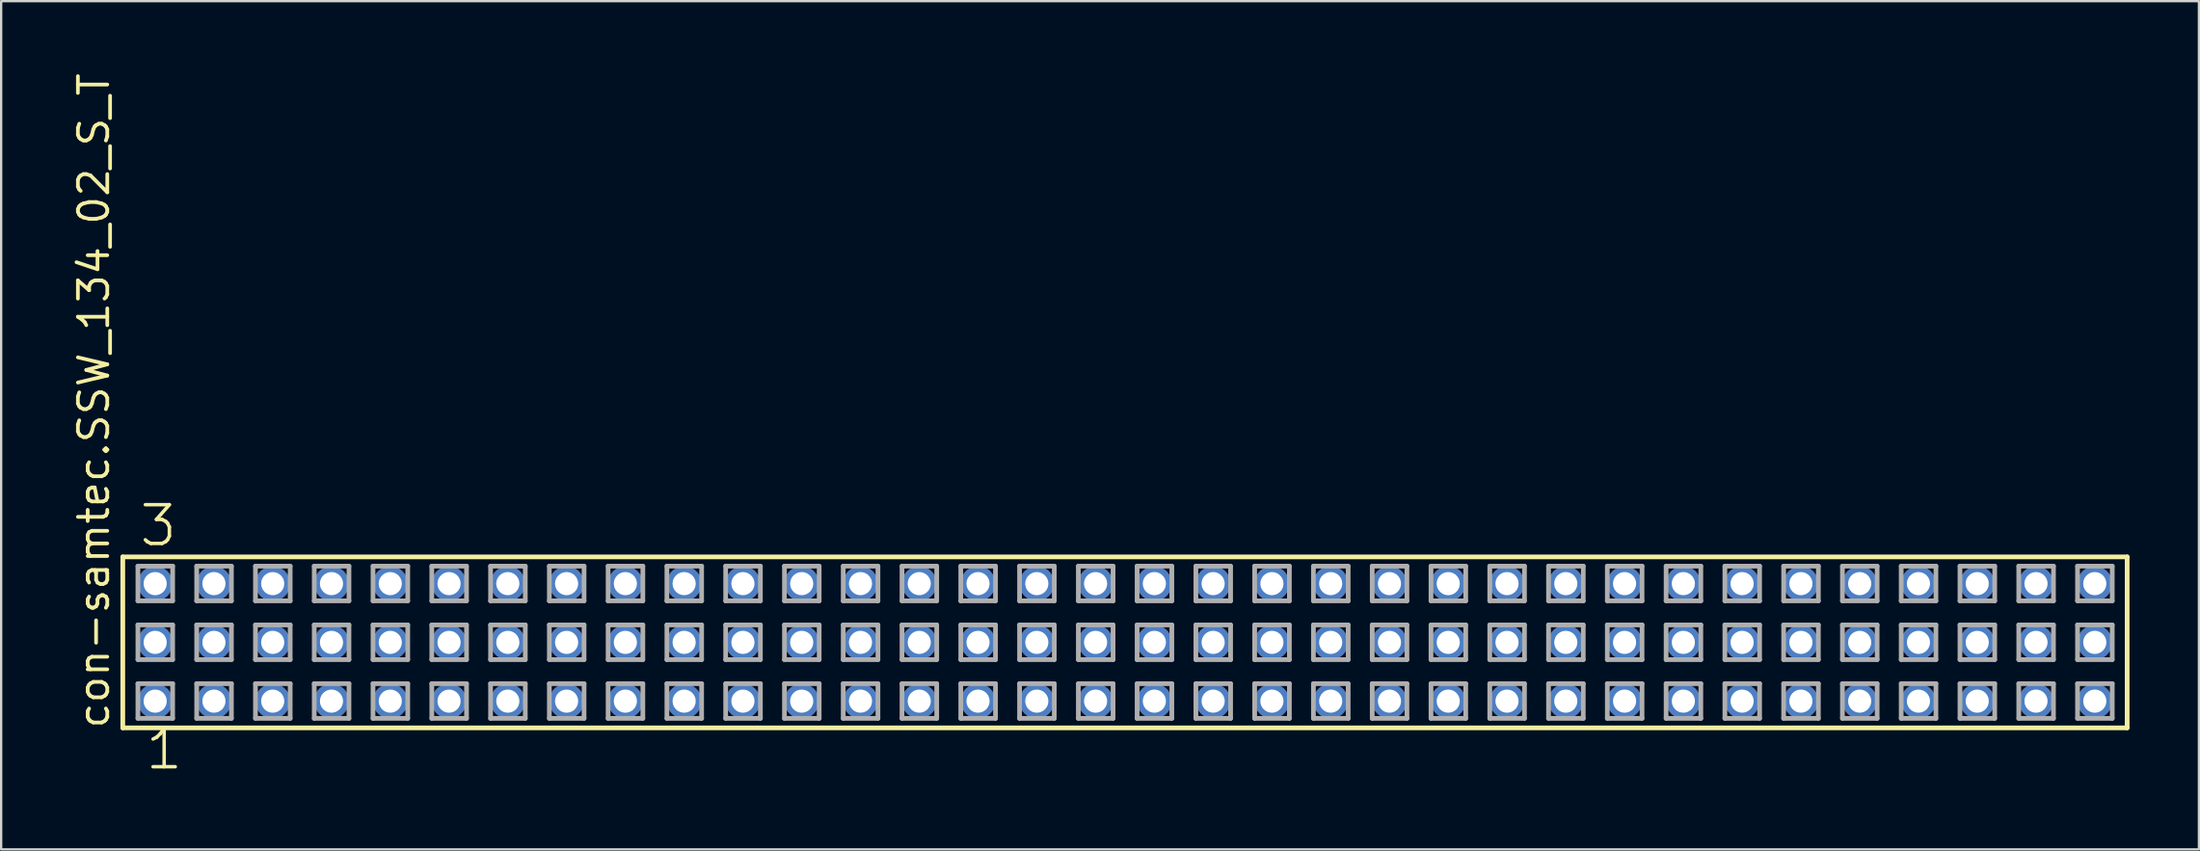
<source format=kicad_pcb>
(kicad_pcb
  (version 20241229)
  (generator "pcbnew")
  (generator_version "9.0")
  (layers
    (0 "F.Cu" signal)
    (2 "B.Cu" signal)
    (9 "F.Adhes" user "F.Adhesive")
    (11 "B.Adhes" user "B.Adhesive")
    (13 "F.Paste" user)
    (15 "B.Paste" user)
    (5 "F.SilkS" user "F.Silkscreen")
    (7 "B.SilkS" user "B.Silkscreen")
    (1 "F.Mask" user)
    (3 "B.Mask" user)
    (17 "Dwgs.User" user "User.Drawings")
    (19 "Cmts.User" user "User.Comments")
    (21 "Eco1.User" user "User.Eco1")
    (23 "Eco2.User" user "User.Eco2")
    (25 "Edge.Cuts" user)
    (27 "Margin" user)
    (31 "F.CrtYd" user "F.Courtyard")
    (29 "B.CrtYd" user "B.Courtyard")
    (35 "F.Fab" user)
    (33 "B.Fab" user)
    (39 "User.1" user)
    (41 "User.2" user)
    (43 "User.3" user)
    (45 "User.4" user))
  (footprint "con-samtec.SSW_134_02_S_T"
    (layer "F.Cu")
    (at 45.565 24.719)
    (property "Reference" "con-samtec.SSW_134_02_S_T" (at -43.815 3.81 90) (layer "F.SilkS") (effects (font (size 1.27 1.27) (thickness 0.16)) (justify left bottom)))
    (attr through_hole)
    (fp_line (start -43.309 -3.695) (end 43.309 -3.695) (stroke (width 0.203) (type default)) (layer "F.SilkS"))
    (fp_line (start -43.309 3.695) (end -43.309 -3.695) (stroke (width 0.203) (type default)) (layer "F.SilkS"))
    (fp_line (start 43.309 -3.695) (end 43.309 3.695) (stroke (width 0.203) (type default)) (layer "F.SilkS"))
    (fp_line (start 43.309 3.695) (end -43.309 3.695) (stroke (width 0.203) (type default)) (layer "F.SilkS"))
    (fp_line (start -42.655 -3.295) (end -41.155 -3.295) (stroke (width 0.203) (type default)) (layer "F.Fab"))
    (fp_line (start -42.655 -1.795) (end -42.655 -3.295) (stroke (width 0.203) (type default)) (layer "F.Fab"))
    (fp_line (start -42.655 -0.755) (end -41.155 -0.755) (stroke (width 0.203) (type default)) (layer "F.Fab"))
    (fp_line (start -42.655 0.745) (end -42.655 -0.755) (stroke (width 0.203) (type default)) (layer "F.Fab"))
    (fp_line (start -42.655 1.785) (end -41.155 1.785) (stroke (width 0.203) (type default)) (layer "F.Fab"))
    (fp_line (start -42.655 3.285) (end -42.655 1.785) (stroke (width 0.203) (type default)) (layer "F.Fab"))
    (fp_line (start -41.155 -3.295) (end -41.155 -1.795) (stroke (width 0.203) (type default)) (layer "F.Fab"))
    (fp_line (start -41.155 -1.795) (end -42.655 -1.795) (stroke (width 0.203) (type default)) (layer "F.Fab"))
    (fp_line (start -41.155 -0.755) (end -41.155 0.745) (stroke (width 0.203) (type default)) (layer "F.Fab"))
    (fp_line (start -41.155 0.745) (end -42.655 0.745) (stroke (width 0.203) (type default)) (layer "F.Fab"))
    (fp_line (start -41.155 1.785) (end -41.155 3.285) (stroke (width 0.203) (type default)) (layer "F.Fab"))
    (fp_line (start -41.155 3.285) (end -42.655 3.285) (stroke (width 0.203) (type default)) (layer "F.Fab"))
    (fp_line (start -40.115 -3.295) (end -38.615 -3.295) (stroke (width 0.203) (type default)) (layer "F.Fab"))
    (fp_line (start -40.115 -1.795) (end -40.115 -3.295) (stroke (width 0.203) (type default)) (layer "F.Fab"))
    (fp_line (start -40.115 -0.755) (end -38.615 -0.755) (stroke (width 0.203) (type default)) (layer "F.Fab"))
    (fp_line (start -40.115 0.745) (end -40.115 -0.755) (stroke (width 0.203) (type default)) (layer "F.Fab"))
    (fp_line (start -40.115 1.785) (end -38.615 1.785) (stroke (width 0.203) (type default)) (layer "F.Fab"))
    (fp_line (start -40.115 3.285) (end -40.115 1.785) (stroke (width 0.203) (type default)) (layer "F.Fab"))
    (fp_line (start -38.615 -3.295) (end -38.615 -1.795) (stroke (width 0.203) (type default)) (layer "F.Fab"))
    (fp_line (start -38.615 -1.795) (end -40.115 -1.795) (stroke (width 0.203) (type default)) (layer "F.Fab"))
    (fp_line (start -38.615 -0.755) (end -38.615 0.745) (stroke (width 0.203) (type default)) (layer "F.Fab"))
    (fp_line (start -38.615 0.745) (end -40.115 0.745) (stroke (width 0.203) (type default)) (layer "F.Fab"))
    (fp_line (start -38.615 1.785) (end -38.615 3.285) (stroke (width 0.203) (type default)) (layer "F.Fab"))
    (fp_line (start -38.615 3.285) (end -40.115 3.285) (stroke (width 0.203) (type default)) (layer "F.Fab"))
    (fp_line (start -37.575 -3.295) (end -36.075 -3.295) (stroke (width 0.203) (type default)) (layer "F.Fab"))
    (fp_line (start -37.575 -1.795) (end -37.575 -3.295) (stroke (width 0.203) (type default)) (layer "F.Fab"))
    (fp_line (start -37.575 -0.755) (end -36.075 -0.755) (stroke (width 0.203) (type default)) (layer "F.Fab"))
    (fp_line (start -37.575 0.745) (end -37.575 -0.755) (stroke (width 0.203) (type default)) (layer "F.Fab"))
    (fp_line (start -37.575 1.785) (end -36.075 1.785) (stroke (width 0.203) (type default)) (layer "F.Fab"))
    (fp_line (start -37.575 3.285) (end -37.575 1.785) (stroke (width 0.203) (type default)) (layer "F.Fab"))
    (fp_line (start -36.075 -3.295) (end -36.075 -1.795) (stroke (width 0.203) (type default)) (layer "F.Fab"))
    (fp_line (start -36.075 -1.795) (end -37.575 -1.795) (stroke (width 0.203) (type default)) (layer "F.Fab"))
    (fp_line (start -36.075 -0.755) (end -36.075 0.745) (stroke (width 0.203) (type default)) (layer "F.Fab"))
    (fp_line (start -36.075 0.745) (end -37.575 0.745) (stroke (width 0.203) (type default)) (layer "F.Fab"))
    (fp_line (start -36.075 1.785) (end -36.075 3.285) (stroke (width 0.203) (type default)) (layer "F.Fab"))
    (fp_line (start -36.075 3.285) (end -37.575 3.285) (stroke (width 0.203) (type default)) (layer "F.Fab"))
    (fp_line (start -35.035 -3.295) (end -33.535 -3.295) (stroke (width 0.203) (type default)) (layer "F.Fab"))
    (fp_line (start -35.035 -1.795) (end -35.035 -3.295) (stroke (width 0.203) (type default)) (layer "F.Fab"))
    (fp_line (start -35.035 -0.755) (end -33.535 -0.755) (stroke (width 0.203) (type default)) (layer "F.Fab"))
    (fp_line (start -35.035 0.745) (end -35.035 -0.755) (stroke (width 0.203) (type default)) (layer "F.Fab"))
    (fp_line (start -35.035 1.785) (end -33.535 1.785) (stroke (width 0.203) (type default)) (layer "F.Fab"))
    (fp_line (start -35.035 3.285) (end -35.035 1.785) (stroke (width 0.203) (type default)) (layer "F.Fab"))
    (fp_line (start -33.535 -3.295) (end -33.535 -1.795) (stroke (width 0.203) (type default)) (layer "F.Fab"))
    (fp_line (start -33.535 -1.795) (end -35.035 -1.795) (stroke (width 0.203) (type default)) (layer "F.Fab"))
    (fp_line (start -33.535 -0.755) (end -33.535 0.745) (stroke (width 0.203) (type default)) (layer "F.Fab"))
    (fp_line (start -33.535 0.745) (end -35.035 0.745) (stroke (width 0.203) (type default)) (layer "F.Fab"))
    (fp_line (start -33.535 1.785) (end -33.535 3.285) (stroke (width 0.203) (type default)) (layer "F.Fab"))
    (fp_line (start -33.535 3.285) (end -35.035 3.285) (stroke (width 0.203) (type default)) (layer "F.Fab"))
    (fp_line (start -32.495 -3.295) (end -30.995 -3.295) (stroke (width 0.203) (type default)) (layer "F.Fab"))
    (fp_line (start -32.495 -1.795) (end -32.495 -3.295) (stroke (width 0.203) (type default)) (layer "F.Fab"))
    (fp_line (start -32.495 -0.755) (end -30.995 -0.755) (stroke (width 0.203) (type default)) (layer "F.Fab"))
    (fp_line (start -32.495 0.745) (end -32.495 -0.755) (stroke (width 0.203) (type default)) (layer "F.Fab"))
    (fp_line (start -32.495 1.785) (end -30.995 1.785) (stroke (width 0.203) (type default)) (layer "F.Fab"))
    (fp_line (start -32.495 3.285) (end -32.495 1.785) (stroke (width 0.203) (type default)) (layer "F.Fab"))
    (fp_line (start -30.995 -3.295) (end -30.995 -1.795) (stroke (width 0.203) (type default)) (layer "F.Fab"))
    (fp_line (start -30.995 -1.795) (end -32.495 -1.795) (stroke (width 0.203) (type default)) (layer "F.Fab"))
    (fp_line (start -30.995 -0.755) (end -30.995 0.745) (stroke (width 0.203) (type default)) (layer "F.Fab"))
    (fp_line (start -30.995 0.745) (end -32.495 0.745) (stroke (width 0.203) (type default)) (layer "F.Fab"))
    (fp_line (start -30.995 1.785) (end -30.995 3.285) (stroke (width 0.203) (type default)) (layer "F.Fab"))
    (fp_line (start -30.995 3.285) (end -32.495 3.285) (stroke (width 0.203) (type default)) (layer "F.Fab"))
    (fp_line (start -29.955 -3.295) (end -28.455 -3.295) (stroke (width 0.203) (type default)) (layer "F.Fab"))
    (fp_line (start -29.955 -1.795) (end -29.955 -3.295) (stroke (width 0.203) (type default)) (layer "F.Fab"))
    (fp_line (start -29.955 -0.755) (end -28.455 -0.755) (stroke (width 0.203) (type default)) (layer "F.Fab"))
    (fp_line (start -29.955 0.745) (end -29.955 -0.755) (stroke (width 0.203) (type default)) (layer "F.Fab"))
    (fp_line (start -29.955 1.785) (end -28.455 1.785) (stroke (width 0.203) (type default)) (layer "F.Fab"))
    (fp_line (start -29.955 3.285) (end -29.955 1.785) (stroke (width 0.203) (type default)) (layer "F.Fab"))
    (fp_line (start -28.455 -3.295) (end -28.455 -1.795) (stroke (width 0.203) (type default)) (layer "F.Fab"))
    (fp_line (start -28.455 -1.795) (end -29.955 -1.795) (stroke (width 0.203) (type default)) (layer "F.Fab"))
    (fp_line (start -28.455 -0.755) (end -28.455 0.745) (stroke (width 0.203) (type default)) (layer "F.Fab"))
    (fp_line (start -28.455 0.745) (end -29.955 0.745) (stroke (width 0.203) (type default)) (layer "F.Fab"))
    (fp_line (start -28.455 1.785) (end -28.455 3.285) (stroke (width 0.203) (type default)) (layer "F.Fab"))
    (fp_line (start -28.455 3.285) (end -29.955 3.285) (stroke (width 0.203) (type default)) (layer "F.Fab"))
    (fp_line (start -27.415 -3.295) (end -25.915 -3.295) (stroke (width 0.203) (type default)) (layer "F.Fab"))
    (fp_line (start -27.415 -1.795) (end -27.415 -3.295) (stroke (width 0.203) (type default)) (layer "F.Fab"))
    (fp_line (start -27.415 -0.755) (end -25.915 -0.755) (stroke (width 0.203) (type default)) (layer "F.Fab"))
    (fp_line (start -27.415 0.745) (end -27.415 -0.755) (stroke (width 0.203) (type default)) (layer "F.Fab"))
    (fp_line (start -27.415 1.785) (end -25.915 1.785) (stroke (width 0.203) (type default)) (layer "F.Fab"))
    (fp_line (start -27.415 3.285) (end -27.415 1.785) (stroke (width 0.203) (type default)) (layer "F.Fab"))
    (fp_line (start -25.915 -3.295) (end -25.915 -1.795) (stroke (width 0.203) (type default)) (layer "F.Fab"))
    (fp_line (start -25.915 -1.795) (end -27.415 -1.795) (stroke (width 0.203) (type default)) (layer "F.Fab"))
    (fp_line (start -25.915 -0.755) (end -25.915 0.745) (stroke (width 0.203) (type default)) (layer "F.Fab"))
    (fp_line (start -25.915 0.745) (end -27.415 0.745) (stroke (width 0.203) (type default)) (layer "F.Fab"))
    (fp_line (start -25.915 1.785) (end -25.915 3.285) (stroke (width 0.203) (type default)) (layer "F.Fab"))
    (fp_line (start -25.915 3.285) (end -27.415 3.285) (stroke (width 0.203) (type default)) (layer "F.Fab"))
    (fp_line (start -24.875 -3.295) (end -23.375 -3.295) (stroke (width 0.203) (type default)) (layer "F.Fab"))
    (fp_line (start -24.875 -1.795) (end -24.875 -3.295) (stroke (width 0.203) (type default)) (layer "F.Fab"))
    (fp_line (start -24.875 -0.755) (end -23.375 -0.755) (stroke (width 0.203) (type default)) (layer "F.Fab"))
    (fp_line (start -24.875 0.745) (end -24.875 -0.755) (stroke (width 0.203) (type default)) (layer "F.Fab"))
    (fp_line (start -24.875 1.785) (end -23.375 1.785) (stroke (width 0.203) (type default)) (layer "F.Fab"))
    (fp_line (start -24.875 3.285) (end -24.875 1.785) (stroke (width 0.203) (type default)) (layer "F.Fab"))
    (fp_line (start -23.375 -3.295) (end -23.375 -1.795) (stroke (width 0.203) (type default)) (layer "F.Fab"))
    (fp_line (start -23.375 -1.795) (end -24.875 -1.795) (stroke (width 0.203) (type default)) (layer "F.Fab"))
    (fp_line (start -23.375 -0.755) (end -23.375 0.745) (stroke (width 0.203) (type default)) (layer "F.Fab"))
    (fp_line (start -23.375 0.745) (end -24.875 0.745) (stroke (width 0.203) (type default)) (layer "F.Fab"))
    (fp_line (start -23.375 1.785) (end -23.375 3.285) (stroke (width 0.203) (type default)) (layer "F.Fab"))
    (fp_line (start -23.375 3.285) (end -24.875 3.285) (stroke (width 0.203) (type default)) (layer "F.Fab"))
    (fp_line (start -22.335 -3.295) (end -20.835 -3.295) (stroke (width 0.203) (type default)) (layer "F.Fab"))
    (fp_line (start -22.335 -1.795) (end -22.335 -3.295) (stroke (width 0.203) (type default)) (layer "F.Fab"))
    (fp_line (start -22.335 -0.755) (end -20.835 -0.755) (stroke (width 0.203) (type default)) (layer "F.Fab"))
    (fp_line (start -22.335 0.745) (end -22.335 -0.755) (stroke (width 0.203) (type default)) (layer "F.Fab"))
    (fp_line (start -22.335 1.785) (end -20.835 1.785) (stroke (width 0.203) (type default)) (layer "F.Fab"))
    (fp_line (start -22.335 3.285) (end -22.335 1.785) (stroke (width 0.203) (type default)) (layer "F.Fab"))
    (fp_line (start -20.835 -3.295) (end -20.835 -1.795) (stroke (width 0.203) (type default)) (layer "F.Fab"))
    (fp_line (start -20.835 -1.795) (end -22.335 -1.795) (stroke (width 0.203) (type default)) (layer "F.Fab"))
    (fp_line (start -20.835 -0.755) (end -20.835 0.745) (stroke (width 0.203) (type default)) (layer "F.Fab"))
    (fp_line (start -20.835 0.745) (end -22.335 0.745) (stroke (width 0.203) (type default)) (layer "F.Fab"))
    (fp_line (start -20.835 1.785) (end -20.835 3.285) (stroke (width 0.203) (type default)) (layer "F.Fab"))
    (fp_line (start -20.835 3.285) (end -22.335 3.285) (stroke (width 0.203) (type default)) (layer "F.Fab"))
    (fp_line (start -19.795 -3.295) (end -18.295 -3.295) (stroke (width 0.203) (type default)) (layer "F.Fab"))
    (fp_line (start -19.795 -1.795) (end -19.795 -3.295) (stroke (width 0.203) (type default)) (layer "F.Fab"))
    (fp_line (start -19.795 -0.755) (end -18.295 -0.755) (stroke (width 0.203) (type default)) (layer "F.Fab"))
    (fp_line (start -19.795 0.745) (end -19.795 -0.755) (stroke (width 0.203) (type default)) (layer "F.Fab"))
    (fp_line (start -19.795 1.785) (end -18.295 1.785) (stroke (width 0.203) (type default)) (layer "F.Fab"))
    (fp_line (start -19.795 3.285) (end -19.795 1.785) (stroke (width 0.203) (type default)) (layer "F.Fab"))
    (fp_line (start -18.295 -3.295) (end -18.295 -1.795) (stroke (width 0.203) (type default)) (layer "F.Fab"))
    (fp_line (start -18.295 -1.795) (end -19.795 -1.795) (stroke (width 0.203) (type default)) (layer "F.Fab"))
    (fp_line (start -18.295 -0.755) (end -18.295 0.745) (stroke (width 0.203) (type default)) (layer "F.Fab"))
    (fp_line (start -18.295 0.745) (end -19.795 0.745) (stroke (width 0.203) (type default)) (layer "F.Fab"))
    (fp_line (start -18.295 1.785) (end -18.295 3.285) (stroke (width 0.203) (type default)) (layer "F.Fab"))
    (fp_line (start -18.295 3.285) (end -19.795 3.285) (stroke (width 0.203) (type default)) (layer "F.Fab"))
    (fp_line (start -17.255 -3.295) (end -15.755 -3.295) (stroke (width 0.203) (type default)) (layer "F.Fab"))
    (fp_line (start -17.255 -1.795) (end -17.255 -3.295) (stroke (width 0.203) (type default)) (layer "F.Fab"))
    (fp_line (start -17.255 -0.755) (end -15.755 -0.755) (stroke (width 0.203) (type default)) (layer "F.Fab"))
    (fp_line (start -17.255 0.745) (end -17.255 -0.755) (stroke (width 0.203) (type default)) (layer "F.Fab"))
    (fp_line (start -17.255 1.785) (end -15.755 1.785) (stroke (width 0.203) (type default)) (layer "F.Fab"))
    (fp_line (start -17.255 3.285) (end -17.255 1.785) (stroke (width 0.203) (type default)) (layer "F.Fab"))
    (fp_line (start -15.755 -3.295) (end -15.755 -1.795) (stroke (width 0.203) (type default)) (layer "F.Fab"))
    (fp_line (start -15.755 -1.795) (end -17.255 -1.795) (stroke (width 0.203) (type default)) (layer "F.Fab"))
    (fp_line (start -15.755 -0.755) (end -15.755 0.745) (stroke (width 0.203) (type default)) (layer "F.Fab"))
    (fp_line (start -15.755 0.745) (end -17.255 0.745) (stroke (width 0.203) (type default)) (layer "F.Fab"))
    (fp_line (start -15.755 1.785) (end -15.755 3.285) (stroke (width 0.203) (type default)) (layer "F.Fab"))
    (fp_line (start -15.755 3.285) (end -17.255 3.285) (stroke (width 0.203) (type default)) (layer "F.Fab"))
    (fp_line (start -14.715 -3.295) (end -13.215 -3.295) (stroke (width 0.203) (type default)) (layer "F.Fab"))
    (fp_line (start -14.715 -1.795) (end -14.715 -3.295) (stroke (width 0.203) (type default)) (layer "F.Fab"))
    (fp_line (start -14.715 -0.755) (end -13.215 -0.755) (stroke (width 0.203) (type default)) (layer "F.Fab"))
    (fp_line (start -14.715 0.745) (end -14.715 -0.755) (stroke (width 0.203) (type default)) (layer "F.Fab"))
    (fp_line (start -14.715 1.785) (end -13.215 1.785) (stroke (width 0.203) (type default)) (layer "F.Fab"))
    (fp_line (start -14.715 3.285) (end -14.715 1.785) (stroke (width 0.203) (type default)) (layer "F.Fab"))
    (fp_line (start -13.215 -3.295) (end -13.215 -1.795) (stroke (width 0.203) (type default)) (layer "F.Fab"))
    (fp_line (start -13.215 -1.795) (end -14.715 -1.795) (stroke (width 0.203) (type default)) (layer "F.Fab"))
    (fp_line (start -13.215 -0.755) (end -13.215 0.745) (stroke (width 0.203) (type default)) (layer "F.Fab"))
    (fp_line (start -13.215 0.745) (end -14.715 0.745) (stroke (width 0.203) (type default)) (layer "F.Fab"))
    (fp_line (start -13.215 1.785) (end -13.215 3.285) (stroke (width 0.203) (type default)) (layer "F.Fab"))
    (fp_line (start -13.215 3.285) (end -14.715 3.285) (stroke (width 0.203) (type default)) (layer "F.Fab"))
    (fp_line (start -12.175 -3.295) (end -10.675 -3.295) (stroke (width 0.203) (type default)) (layer "F.Fab"))
    (fp_line (start -12.175 -1.795) (end -12.175 -3.295) (stroke (width 0.203) (type default)) (layer "F.Fab"))
    (fp_line (start -12.175 -0.755) (end -10.675 -0.755) (stroke (width 0.203) (type default)) (layer "F.Fab"))
    (fp_line (start -12.175 0.745) (end -12.175 -0.755) (stroke (width 0.203) (type default)) (layer "F.Fab"))
    (fp_line (start -12.175 1.785) (end -10.675 1.785) (stroke (width 0.203) (type default)) (layer "F.Fab"))
    (fp_line (start -12.175 3.285) (end -12.175 1.785) (stroke (width 0.203) (type default)) (layer "F.Fab"))
    (fp_line (start -10.675 -3.295) (end -10.675 -1.795) (stroke (width 0.203) (type default)) (layer "F.Fab"))
    (fp_line (start -10.675 -1.795) (end -12.175 -1.795) (stroke (width 0.203) (type default)) (layer "F.Fab"))
    (fp_line (start -10.675 -0.755) (end -10.675 0.745) (stroke (width 0.203) (type default)) (layer "F.Fab"))
    (fp_line (start -10.675 0.745) (end -12.175 0.745) (stroke (width 0.203) (type default)) (layer "F.Fab"))
    (fp_line (start -10.675 1.785) (end -10.675 3.285) (stroke (width 0.203) (type default)) (layer "F.Fab"))
    (fp_line (start -10.675 3.285) (end -12.175 3.285) (stroke (width 0.203) (type default)) (layer "F.Fab"))
    (fp_line (start -9.635 -3.295) (end -8.135 -3.295) (stroke (width 0.203) (type default)) (layer "F.Fab"))
    (fp_line (start -9.635 -1.795) (end -9.635 -3.295) (stroke (width 0.203) (type default)) (layer "F.Fab"))
    (fp_line (start -9.635 -0.755) (end -8.135 -0.755) (stroke (width 0.203) (type default)) (layer "F.Fab"))
    (fp_line (start -9.635 0.745) (end -9.635 -0.755) (stroke (width 0.203) (type default)) (layer "F.Fab"))
    (fp_line (start -9.635 1.785) (end -8.135 1.785) (stroke (width 0.203) (type default)) (layer "F.Fab"))
    (fp_line (start -9.635 3.285) (end -9.635 1.785) (stroke (width 0.203) (type default)) (layer "F.Fab"))
    (fp_line (start -8.135 -3.295) (end -8.135 -1.795) (stroke (width 0.203) (type default)) (layer "F.Fab"))
    (fp_line (start -8.135 -1.795) (end -9.635 -1.795) (stroke (width 0.203) (type default)) (layer "F.Fab"))
    (fp_line (start -8.135 -0.755) (end -8.135 0.745) (stroke (width 0.203) (type default)) (layer "F.Fab"))
    (fp_line (start -8.135 0.745) (end -9.635 0.745) (stroke (width 0.203) (type default)) (layer "F.Fab"))
    (fp_line (start -8.135 1.785) (end -8.135 3.285) (stroke (width 0.203) (type default)) (layer "F.Fab"))
    (fp_line (start -8.135 3.285) (end -9.635 3.285) (stroke (width 0.203) (type default)) (layer "F.Fab"))
    (fp_line (start -7.095 -3.295) (end -5.595 -3.295) (stroke (width 0.203) (type default)) (layer "F.Fab"))
    (fp_line (start -7.095 -1.795) (end -7.095 -3.295) (stroke (width 0.203) (type default)) (layer "F.Fab"))
    (fp_line (start -7.095 -0.755) (end -5.595 -0.755) (stroke (width 0.203) (type default)) (layer "F.Fab"))
    (fp_line (start -7.095 0.745) (end -7.095 -0.755) (stroke (width 0.203) (type default)) (layer "F.Fab"))
    (fp_line (start -7.095 1.785) (end -5.595 1.785) (stroke (width 0.203) (type default)) (layer "F.Fab"))
    (fp_line (start -7.095 3.285) (end -7.095 1.785) (stroke (width 0.203) (type default)) (layer "F.Fab"))
    (fp_line (start -5.595 -3.295) (end -5.595 -1.795) (stroke (width 0.203) (type default)) (layer "F.Fab"))
    (fp_line (start -5.595 -1.795) (end -7.095 -1.795) (stroke (width 0.203) (type default)) (layer "F.Fab"))
    (fp_line (start -5.595 -0.755) (end -5.595 0.745) (stroke (width 0.203) (type default)) (layer "F.Fab"))
    (fp_line (start -5.595 0.745) (end -7.095 0.745) (stroke (width 0.203) (type default)) (layer "F.Fab"))
    (fp_line (start -5.595 1.785) (end -5.595 3.285) (stroke (width 0.203) (type default)) (layer "F.Fab"))
    (fp_line (start -5.595 3.285) (end -7.095 3.285) (stroke (width 0.203) (type default)) (layer "F.Fab"))
    (fp_line (start -4.555 -3.295) (end -3.055 -3.295) (stroke (width 0.203) (type default)) (layer "F.Fab"))
    (fp_line (start -4.555 -1.795) (end -4.555 -3.295) (stroke (width 0.203) (type default)) (layer "F.Fab"))
    (fp_line (start -4.555 -0.755) (end -3.055 -0.755) (stroke (width 0.203) (type default)) (layer "F.Fab"))
    (fp_line (start -4.555 0.745) (end -4.555 -0.755) (stroke (width 0.203) (type default)) (layer "F.Fab"))
    (fp_line (start -4.555 1.785) (end -3.055 1.785) (stroke (width 0.203) (type default)) (layer "F.Fab"))
    (fp_line (start -4.555 3.285) (end -4.555 1.785) (stroke (width 0.203) (type default)) (layer "F.Fab"))
    (fp_line (start -3.055 -3.295) (end -3.055 -1.795) (stroke (width 0.203) (type default)) (layer "F.Fab"))
    (fp_line (start -3.055 -1.795) (end -4.555 -1.795) (stroke (width 0.203) (type default)) (layer "F.Fab"))
    (fp_line (start -3.055 -0.755) (end -3.055 0.745) (stroke (width 0.203) (type default)) (layer "F.Fab"))
    (fp_line (start -3.055 0.745) (end -4.555 0.745) (stroke (width 0.203) (type default)) (layer "F.Fab"))
    (fp_line (start -3.055 1.785) (end -3.055 3.285) (stroke (width 0.203) (type default)) (layer "F.Fab"))
    (fp_line (start -3.055 3.285) (end -4.555 3.285) (stroke (width 0.203) (type default)) (layer "F.Fab"))
    (fp_line (start -2.015 -3.295) (end -0.515 -3.295) (stroke (width 0.203) (type default)) (layer "F.Fab"))
    (fp_line (start -2.015 -1.795) (end -2.015 -3.295) (stroke (width 0.203) (type default)) (layer "F.Fab"))
    (fp_line (start -2.015 -0.755) (end -0.515 -0.755) (stroke (width 0.203) (type default)) (layer "F.Fab"))
    (fp_line (start -2.015 0.745) (end -2.015 -0.755) (stroke (width 0.203) (type default)) (layer "F.Fab"))
    (fp_line (start -2.015 1.785) (end -0.515 1.785) (stroke (width 0.203) (type default)) (layer "F.Fab"))
    (fp_line (start -2.015 3.285) (end -2.015 1.785) (stroke (width 0.203) (type default)) (layer "F.Fab"))
    (fp_line (start -0.515 -3.295) (end -0.515 -1.795) (stroke (width 0.203) (type default)) (layer "F.Fab"))
    (fp_line (start -0.515 -1.795) (end -2.015 -1.795) (stroke (width 0.203) (type default)) (layer "F.Fab"))
    (fp_line (start -0.515 -0.755) (end -0.515 0.745) (stroke (width 0.203) (type default)) (layer "F.Fab"))
    (fp_line (start -0.515 0.745) (end -2.015 0.745) (stroke (width 0.203) (type default)) (layer "F.Fab"))
    (fp_line (start -0.515 1.785) (end -0.515 3.285) (stroke (width 0.203) (type default)) (layer "F.Fab"))
    (fp_line (start -0.515 3.285) (end -2.015 3.285) (stroke (width 0.203) (type default)) (layer "F.Fab"))
    (fp_line (start 0.525 -3.295) (end 2.025 -3.295) (stroke (width 0.203) (type default)) (layer "F.Fab"))
    (fp_line (start 0.525 -1.795) (end 0.525 -3.295) (stroke (width 0.203) (type default)) (layer "F.Fab"))
    (fp_line (start 0.525 -0.755) (end 2.025 -0.755) (stroke (width 0.203) (type default)) (layer "F.Fab"))
    (fp_line (start 0.525 0.745) (end 0.525 -0.755) (stroke (width 0.203) (type default)) (layer "F.Fab"))
    (fp_line (start 0.525 1.785) (end 2.025 1.785) (stroke (width 0.203) (type default)) (layer "F.Fab"))
    (fp_line (start 0.525 3.285) (end 0.525 1.785) (stroke (width 0.203) (type default)) (layer "F.Fab"))
    (fp_line (start 2.025 -3.295) (end 2.025 -1.795) (stroke (width 0.203) (type default)) (layer "F.Fab"))
    (fp_line (start 2.025 -1.795) (end 0.525 -1.795) (stroke (width 0.203) (type default)) (layer "F.Fab"))
    (fp_line (start 2.025 -0.755) (end 2.025 0.745) (stroke (width 0.203) (type default)) (layer "F.Fab"))
    (fp_line (start 2.025 0.745) (end 0.525 0.745) (stroke (width 0.203) (type default)) (layer "F.Fab"))
    (fp_line (start 2.025 1.785) (end 2.025 3.285) (stroke (width 0.203) (type default)) (layer "F.Fab"))
    (fp_line (start 2.025 3.285) (end 0.525 3.285) (stroke (width 0.203) (type default)) (layer "F.Fab"))
    (fp_line (start 3.065 -3.295) (end 4.565 -3.295) (stroke (width 0.203) (type default)) (layer "F.Fab"))
    (fp_line (start 3.065 -1.795) (end 3.065 -3.295) (stroke (width 0.203) (type default)) (layer "F.Fab"))
    (fp_line (start 3.065 -0.755) (end 4.565 -0.755) (stroke (width 0.203) (type default)) (layer "F.Fab"))
    (fp_line (start 3.065 0.745) (end 3.065 -0.755) (stroke (width 0.203) (type default)) (layer "F.Fab"))
    (fp_line (start 3.065 1.785) (end 4.565 1.785) (stroke (width 0.203) (type default)) (layer "F.Fab"))
    (fp_line (start 3.065 3.285) (end 3.065 1.785) (stroke (width 0.203) (type default)) (layer "F.Fab"))
    (fp_line (start 4.565 -3.295) (end 4.565 -1.795) (stroke (width 0.203) (type default)) (layer "F.Fab"))
    (fp_line (start 4.565 -1.795) (end 3.065 -1.795) (stroke (width 0.203) (type default)) (layer "F.Fab"))
    (fp_line (start 4.565 -0.755) (end 4.565 0.745) (stroke (width 0.203) (type default)) (layer "F.Fab"))
    (fp_line (start 4.565 0.745) (end 3.065 0.745) (stroke (width 0.203) (type default)) (layer "F.Fab"))
    (fp_line (start 4.565 1.785) (end 4.565 3.285) (stroke (width 0.203) (type default)) (layer "F.Fab"))
    (fp_line (start 4.565 3.285) (end 3.065 3.285) (stroke (width 0.203) (type default)) (layer "F.Fab"))
    (fp_line (start 5.605 -3.295) (end 7.105 -3.295) (stroke (width 0.203) (type default)) (layer "F.Fab"))
    (fp_line (start 5.605 -1.795) (end 5.605 -3.295) (stroke (width 0.203) (type default)) (layer "F.Fab"))
    (fp_line (start 5.605 -0.755) (end 7.105 -0.755) (stroke (width 0.203) (type default)) (layer "F.Fab"))
    (fp_line (start 5.605 0.745) (end 5.605 -0.755) (stroke (width 0.203) (type default)) (layer "F.Fab"))
    (fp_line (start 5.605 1.785) (end 7.105 1.785) (stroke (width 0.203) (type default)) (layer "F.Fab"))
    (fp_line (start 5.605 3.285) (end 5.605 1.785) (stroke (width 0.203) (type default)) (layer "F.Fab"))
    (fp_line (start 7.105 -3.295) (end 7.105 -1.795) (stroke (width 0.203) (type default)) (layer "F.Fab"))
    (fp_line (start 7.105 -1.795) (end 5.605 -1.795) (stroke (width 0.203) (type default)) (layer "F.Fab"))
    (fp_line (start 7.105 -0.755) (end 7.105 0.745) (stroke (width 0.203) (type default)) (layer "F.Fab"))
    (fp_line (start 7.105 0.745) (end 5.605 0.745) (stroke (width 0.203) (type default)) (layer "F.Fab"))
    (fp_line (start 7.105 1.785) (end 7.105 3.285) (stroke (width 0.203) (type default)) (layer "F.Fab"))
    (fp_line (start 7.105 3.285) (end 5.605 3.285) (stroke (width 0.203) (type default)) (layer "F.Fab"))
    (fp_line (start 8.145 -3.295) (end 9.645 -3.295) (stroke (width 0.203) (type default)) (layer "F.Fab"))
    (fp_line (start 8.145 -1.795) (end 8.145 -3.295) (stroke (width 0.203) (type default)) (layer "F.Fab"))
    (fp_line (start 8.145 -0.755) (end 9.645 -0.755) (stroke (width 0.203) (type default)) (layer "F.Fab"))
    (fp_line (start 8.145 0.745) (end 8.145 -0.755) (stroke (width 0.203) (type default)) (layer "F.Fab"))
    (fp_line (start 8.145 1.785) (end 9.645 1.785) (stroke (width 0.203) (type default)) (layer "F.Fab"))
    (fp_line (start 8.145 3.285) (end 8.145 1.785) (stroke (width 0.203) (type default)) (layer "F.Fab"))
    (fp_line (start 9.645 -3.295) (end 9.645 -1.795) (stroke (width 0.203) (type default)) (layer "F.Fab"))
    (fp_line (start 9.645 -1.795) (end 8.145 -1.795) (stroke (width 0.203) (type default)) (layer "F.Fab"))
    (fp_line (start 9.645 -0.755) (end 9.645 0.745) (stroke (width 0.203) (type default)) (layer "F.Fab"))
    (fp_line (start 9.645 0.745) (end 8.145 0.745) (stroke (width 0.203) (type default)) (layer "F.Fab"))
    (fp_line (start 9.645 1.785) (end 9.645 3.285) (stroke (width 0.203) (type default)) (layer "F.Fab"))
    (fp_line (start 9.645 3.285) (end 8.145 3.285) (stroke (width 0.203) (type default)) (layer "F.Fab"))
    (fp_line (start 10.685 -3.295) (end 12.185 -3.295) (stroke (width 0.203) (type default)) (layer "F.Fab"))
    (fp_line (start 10.685 -1.795) (end 10.685 -3.295) (stroke (width 0.203) (type default)) (layer "F.Fab"))
    (fp_line (start 10.685 -0.755) (end 12.185 -0.755) (stroke (width 0.203) (type default)) (layer "F.Fab"))
    (fp_line (start 10.685 0.745) (end 10.685 -0.755) (stroke (width 0.203) (type default)) (layer "F.Fab"))
    (fp_line (start 10.685 1.785) (end 12.185 1.785) (stroke (width 0.203) (type default)) (layer "F.Fab"))
    (fp_line (start 10.685 3.285) (end 10.685 1.785) (stroke (width 0.203) (type default)) (layer "F.Fab"))
    (fp_line (start 12.185 -3.295) (end 12.185 -1.795) (stroke (width 0.203) (type default)) (layer "F.Fab"))
    (fp_line (start 12.185 -1.795) (end 10.685 -1.795) (stroke (width 0.203) (type default)) (layer "F.Fab"))
    (fp_line (start 12.185 -0.755) (end 12.185 0.745) (stroke (width 0.203) (type default)) (layer "F.Fab"))
    (fp_line (start 12.185 0.745) (end 10.685 0.745) (stroke (width 0.203) (type default)) (layer "F.Fab"))
    (fp_line (start 12.185 1.785) (end 12.185 3.285) (stroke (width 0.203) (type default)) (layer "F.Fab"))
    (fp_line (start 12.185 3.285) (end 10.685 3.285) (stroke (width 0.203) (type default)) (layer "F.Fab"))
    (fp_line (start 13.225 -3.295) (end 14.725 -3.295) (stroke (width 0.203) (type default)) (layer "F.Fab"))
    (fp_line (start 13.225 -1.795) (end 13.225 -3.295) (stroke (width 0.203) (type default)) (layer "F.Fab"))
    (fp_line (start 13.225 -0.755) (end 14.725 -0.755) (stroke (width 0.203) (type default)) (layer "F.Fab"))
    (fp_line (start 13.225 0.745) (end 13.225 -0.755) (stroke (width 0.203) (type default)) (layer "F.Fab"))
    (fp_line (start 13.225 1.785) (end 14.725 1.785) (stroke (width 0.203) (type default)) (layer "F.Fab"))
    (fp_line (start 13.225 3.285) (end 13.225 1.785) (stroke (width 0.203) (type default)) (layer "F.Fab"))
    (fp_line (start 14.725 -3.295) (end 14.725 -1.795) (stroke (width 0.203) (type default)) (layer "F.Fab"))
    (fp_line (start 14.725 -1.795) (end 13.225 -1.795) (stroke (width 0.203) (type default)) (layer "F.Fab"))
    (fp_line (start 14.725 -0.755) (end 14.725 0.745) (stroke (width 0.203) (type default)) (layer "F.Fab"))
    (fp_line (start 14.725 0.745) (end 13.225 0.745) (stroke (width 0.203) (type default)) (layer "F.Fab"))
    (fp_line (start 14.725 1.785) (end 14.725 3.285) (stroke (width 0.203) (type default)) (layer "F.Fab"))
    (fp_line (start 14.725 3.285) (end 13.225 3.285) (stroke (width 0.203) (type default)) (layer "F.Fab"))
    (fp_line (start 15.765 -3.295) (end 17.265 -3.295) (stroke (width 0.203) (type default)) (layer "F.Fab"))
    (fp_line (start 15.765 -1.795) (end 15.765 -3.295) (stroke (width 0.203) (type default)) (layer "F.Fab"))
    (fp_line (start 15.765 -0.755) (end 17.265 -0.755) (stroke (width 0.203) (type default)) (layer "F.Fab"))
    (fp_line (start 15.765 0.745) (end 15.765 -0.755) (stroke (width 0.203) (type default)) (layer "F.Fab"))
    (fp_line (start 15.765 1.785) (end 17.265 1.785) (stroke (width 0.203) (type default)) (layer "F.Fab"))
    (fp_line (start 15.765 3.285) (end 15.765 1.785) (stroke (width 0.203) (type default)) (layer "F.Fab"))
    (fp_line (start 17.265 -3.295) (end 17.265 -1.795) (stroke (width 0.203) (type default)) (layer "F.Fab"))
    (fp_line (start 17.265 -1.795) (end 15.765 -1.795) (stroke (width 0.203) (type default)) (layer "F.Fab"))
    (fp_line (start 17.265 -0.755) (end 17.265 0.745) (stroke (width 0.203) (type default)) (layer "F.Fab"))
    (fp_line (start 17.265 0.745) (end 15.765 0.745) (stroke (width 0.203) (type default)) (layer "F.Fab"))
    (fp_line (start 17.265 1.785) (end 17.265 3.285) (stroke (width 0.203) (type default)) (layer "F.Fab"))
    (fp_line (start 17.265 3.285) (end 15.765 3.285) (stroke (width 0.203) (type default)) (layer "F.Fab"))
    (fp_line (start 18.305 -3.295) (end 19.805 -3.295) (stroke (width 0.203) (type default)) (layer "F.Fab"))
    (fp_line (start 18.305 -1.795) (end 18.305 -3.295) (stroke (width 0.203) (type default)) (layer "F.Fab"))
    (fp_line (start 18.305 -0.755) (end 19.805 -0.755) (stroke (width 0.203) (type default)) (layer "F.Fab"))
    (fp_line (start 18.305 0.745) (end 18.305 -0.755) (stroke (width 0.203) (type default)) (layer "F.Fab"))
    (fp_line (start 18.305 1.785) (end 19.805 1.785) (stroke (width 0.203) (type default)) (layer "F.Fab"))
    (fp_line (start 18.305 3.285) (end 18.305 1.785) (stroke (width 0.203) (type default)) (layer "F.Fab"))
    (fp_line (start 19.805 -3.295) (end 19.805 -1.795) (stroke (width 0.203) (type default)) (layer "F.Fab"))
    (fp_line (start 19.805 -1.795) (end 18.305 -1.795) (stroke (width 0.203) (type default)) (layer "F.Fab"))
    (fp_line (start 19.805 -0.755) (end 19.805 0.745) (stroke (width 0.203) (type default)) (layer "F.Fab"))
    (fp_line (start 19.805 0.745) (end 18.305 0.745) (stroke (width 0.203) (type default)) (layer "F.Fab"))
    (fp_line (start 19.805 1.785) (end 19.805 3.285) (stroke (width 0.203) (type default)) (layer "F.Fab"))
    (fp_line (start 19.805 3.285) (end 18.305 3.285) (stroke (width 0.203) (type default)) (layer "F.Fab"))
    (fp_line (start 20.845 -3.295) (end 22.345 -3.295) (stroke (width 0.203) (type default)) (layer "F.Fab"))
    (fp_line (start 20.845 -1.795) (end 20.845 -3.295) (stroke (width 0.203) (type default)) (layer "F.Fab"))
    (fp_line (start 20.845 -0.755) (end 22.345 -0.755) (stroke (width 0.203) (type default)) (layer "F.Fab"))
    (fp_line (start 20.845 0.745) (end 20.845 -0.755) (stroke (width 0.203) (type default)) (layer "F.Fab"))
    (fp_line (start 20.845 1.785) (end 22.345 1.785) (stroke (width 0.203) (type default)) (layer "F.Fab"))
    (fp_line (start 20.845 3.285) (end 20.845 1.785) (stroke (width 0.203) (type default)) (layer "F.Fab"))
    (fp_line (start 22.345 -3.295) (end 22.345 -1.795) (stroke (width 0.203) (type default)) (layer "F.Fab"))
    (fp_line (start 22.345 -1.795) (end 20.845 -1.795) (stroke (width 0.203) (type default)) (layer "F.Fab"))
    (fp_line (start 22.345 -0.755) (end 22.345 0.745) (stroke (width 0.203) (type default)) (layer "F.Fab"))
    (fp_line (start 22.345 0.745) (end 20.845 0.745) (stroke (width 0.203) (type default)) (layer "F.Fab"))
    (fp_line (start 22.345 1.785) (end 22.345 3.285) (stroke (width 0.203) (type default)) (layer "F.Fab"))
    (fp_line (start 22.345 3.285) (end 20.845 3.285) (stroke (width 0.203) (type default)) (layer "F.Fab"))
    (fp_line (start 23.385 -3.295) (end 24.885 -3.295) (stroke (width 0.203) (type default)) (layer "F.Fab"))
    (fp_line (start 23.385 -1.795) (end 23.385 -3.295) (stroke (width 0.203) (type default)) (layer "F.Fab"))
    (fp_line (start 23.385 -0.755) (end 24.885 -0.755) (stroke (width 0.203) (type default)) (layer "F.Fab"))
    (fp_line (start 23.385 0.745) (end 23.385 -0.755) (stroke (width 0.203) (type default)) (layer "F.Fab"))
    (fp_line (start 23.385 1.785) (end 24.885 1.785) (stroke (width 0.203) (type default)) (layer "F.Fab"))
    (fp_line (start 23.385 3.285) (end 23.385 1.785) (stroke (width 0.203) (type default)) (layer "F.Fab"))
    (fp_line (start 24.885 -3.295) (end 24.885 -1.795) (stroke (width 0.203) (type default)) (layer "F.Fab"))
    (fp_line (start 24.885 -1.795) (end 23.385 -1.795) (stroke (width 0.203) (type default)) (layer "F.Fab"))
    (fp_line (start 24.885 -0.755) (end 24.885 0.745) (stroke (width 0.203) (type default)) (layer "F.Fab"))
    (fp_line (start 24.885 0.745) (end 23.385 0.745) (stroke (width 0.203) (type default)) (layer "F.Fab"))
    (fp_line (start 24.885 1.785) (end 24.885 3.285) (stroke (width 0.203) (type default)) (layer "F.Fab"))
    (fp_line (start 24.885 3.285) (end 23.385 3.285) (stroke (width 0.203) (type default)) (layer "F.Fab"))
    (fp_line (start 25.925 -3.295) (end 27.425 -3.295) (stroke (width 0.203) (type default)) (layer "F.Fab"))
    (fp_line (start 25.925 -1.795) (end 25.925 -3.295) (stroke (width 0.203) (type default)) (layer "F.Fab"))
    (fp_line (start 25.925 -0.755) (end 27.425 -0.755) (stroke (width 0.203) (type default)) (layer "F.Fab"))
    (fp_line (start 25.925 0.745) (end 25.925 -0.755) (stroke (width 0.203) (type default)) (layer "F.Fab"))
    (fp_line (start 25.925 1.785) (end 27.425 1.785) (stroke (width 0.203) (type default)) (layer "F.Fab"))
    (fp_line (start 25.925 3.285) (end 25.925 1.785) (stroke (width 0.203) (type default)) (layer "F.Fab"))
    (fp_line (start 27.425 -3.295) (end 27.425 -1.795) (stroke (width 0.203) (type default)) (layer "F.Fab"))
    (fp_line (start 27.425 -1.795) (end 25.925 -1.795) (stroke (width 0.203) (type default)) (layer "F.Fab"))
    (fp_line (start 27.425 -0.755) (end 27.425 0.745) (stroke (width 0.203) (type default)) (layer "F.Fab"))
    (fp_line (start 27.425 0.745) (end 25.925 0.745) (stroke (width 0.203) (type default)) (layer "F.Fab"))
    (fp_line (start 27.425 1.785) (end 27.425 3.285) (stroke (width 0.203) (type default)) (layer "F.Fab"))
    (fp_line (start 27.425 3.285) (end 25.925 3.285) (stroke (width 0.203) (type default)) (layer "F.Fab"))
    (fp_line (start 28.465 -3.295) (end 29.965 -3.295) (stroke (width 0.203) (type default)) (layer "F.Fab"))
    (fp_line (start 28.465 -1.795) (end 28.465 -3.295) (stroke (width 0.203) (type default)) (layer "F.Fab"))
    (fp_line (start 28.465 -0.755) (end 29.965 -0.755) (stroke (width 0.203) (type default)) (layer "F.Fab"))
    (fp_line (start 28.465 0.745) (end 28.465 -0.755) (stroke (width 0.203) (type default)) (layer "F.Fab"))
    (fp_line (start 28.465 1.785) (end 29.965 1.785) (stroke (width 0.203) (type default)) (layer "F.Fab"))
    (fp_line (start 28.465 3.285) (end 28.465 1.785) (stroke (width 0.203) (type default)) (layer "F.Fab"))
    (fp_line (start 29.965 -3.295) (end 29.965 -1.795) (stroke (width 0.203) (type default)) (layer "F.Fab"))
    (fp_line (start 29.965 -1.795) (end 28.465 -1.795) (stroke (width 0.203) (type default)) (layer "F.Fab"))
    (fp_line (start 29.965 -0.755) (end 29.965 0.745) (stroke (width 0.203) (type default)) (layer "F.Fab"))
    (fp_line (start 29.965 0.745) (end 28.465 0.745) (stroke (width 0.203) (type default)) (layer "F.Fab"))
    (fp_line (start 29.965 1.785) (end 29.965 3.285) (stroke (width 0.203) (type default)) (layer "F.Fab"))
    (fp_line (start 29.965 3.285) (end 28.465 3.285) (stroke (width 0.203) (type default)) (layer "F.Fab"))
    (fp_line (start 31.005 -3.295) (end 32.505 -3.295) (stroke (width 0.203) (type default)) (layer "F.Fab"))
    (fp_line (start 31.005 -1.795) (end 31.005 -3.295) (stroke (width 0.203) (type default)) (layer "F.Fab"))
    (fp_line (start 31.005 -0.755) (end 32.505 -0.755) (stroke (width 0.203) (type default)) (layer "F.Fab"))
    (fp_line (start 31.005 0.745) (end 31.005 -0.755) (stroke (width 0.203) (type default)) (layer "F.Fab"))
    (fp_line (start 31.005 1.785) (end 32.505 1.785) (stroke (width 0.203) (type default)) (layer "F.Fab"))
    (fp_line (start 31.005 3.285) (end 31.005 1.785) (stroke (width 0.203) (type default)) (layer "F.Fab"))
    (fp_line (start 32.505 -3.295) (end 32.505 -1.795) (stroke (width 0.203) (type default)) (layer "F.Fab"))
    (fp_line (start 32.505 -1.795) (end 31.005 -1.795) (stroke (width 0.203) (type default)) (layer "F.Fab"))
    (fp_line (start 32.505 -0.755) (end 32.505 0.745) (stroke (width 0.203) (type default)) (layer "F.Fab"))
    (fp_line (start 32.505 0.745) (end 31.005 0.745) (stroke (width 0.203) (type default)) (layer "F.Fab"))
    (fp_line (start 32.505 1.785) (end 32.505 3.285) (stroke (width 0.203) (type default)) (layer "F.Fab"))
    (fp_line (start 32.505 3.285) (end 31.005 3.285) (stroke (width 0.203) (type default)) (layer "F.Fab"))
    (fp_line (start 33.545 -3.295) (end 35.045 -3.295) (stroke (width 0.203) (type default)) (layer "F.Fab"))
    (fp_line (start 33.545 -1.795) (end 33.545 -3.295) (stroke (width 0.203) (type default)) (layer "F.Fab"))
    (fp_line (start 33.545 -0.755) (end 35.045 -0.755) (stroke (width 0.203) (type default)) (layer "F.Fab"))
    (fp_line (start 33.545 0.745) (end 33.545 -0.755) (stroke (width 0.203) (type default)) (layer "F.Fab"))
    (fp_line (start 33.545 1.785) (end 35.045 1.785) (stroke (width 0.203) (type default)) (layer "F.Fab"))
    (fp_line (start 33.545 3.285) (end 33.545 1.785) (stroke (width 0.203) (type default)) (layer "F.Fab"))
    (fp_line (start 35.045 -3.295) (end 35.045 -1.795) (stroke (width 0.203) (type default)) (layer "F.Fab"))
    (fp_line (start 35.045 -1.795) (end 33.545 -1.795) (stroke (width 0.203) (type default)) (layer "F.Fab"))
    (fp_line (start 35.045 -0.755) (end 35.045 0.745) (stroke (width 0.203) (type default)) (layer "F.Fab"))
    (fp_line (start 35.045 0.745) (end 33.545 0.745) (stroke (width 0.203) (type default)) (layer "F.Fab"))
    (fp_line (start 35.045 1.785) (end 35.045 3.285) (stroke (width 0.203) (type default)) (layer "F.Fab"))
    (fp_line (start 35.045 3.285) (end 33.545 3.285) (stroke (width 0.203) (type default)) (layer "F.Fab"))
    (fp_line (start 36.085 -3.295) (end 37.585 -3.295) (stroke (width 0.203) (type default)) (layer "F.Fab"))
    (fp_line (start 36.085 -1.795) (end 36.085 -3.295) (stroke (width 0.203) (type default)) (layer "F.Fab"))
    (fp_line (start 36.085 -0.755) (end 37.585 -0.755) (stroke (width 0.203) (type default)) (layer "F.Fab"))
    (fp_line (start 36.085 0.745) (end 36.085 -0.755) (stroke (width 0.203) (type default)) (layer "F.Fab"))
    (fp_line (start 36.085 1.785) (end 37.585 1.785) (stroke (width 0.203) (type default)) (layer "F.Fab"))
    (fp_line (start 36.085 3.285) (end 36.085 1.785) (stroke (width 0.203) (type default)) (layer "F.Fab"))
    (fp_line (start 37.585 -3.295) (end 37.585 -1.795) (stroke (width 0.203) (type default)) (layer "F.Fab"))
    (fp_line (start 37.585 -1.795) (end 36.085 -1.795) (stroke (width 0.203) (type default)) (layer "F.Fab"))
    (fp_line (start 37.585 -0.755) (end 37.585 0.745) (stroke (width 0.203) (type default)) (layer "F.Fab"))
    (fp_line (start 37.585 0.745) (end 36.085 0.745) (stroke (width 0.203) (type default)) (layer "F.Fab"))
    (fp_line (start 37.585 1.785) (end 37.585 3.285) (stroke (width 0.203) (type default)) (layer "F.Fab"))
    (fp_line (start 37.585 3.285) (end 36.085 3.285) (stroke (width 0.203) (type default)) (layer "F.Fab"))
    (fp_line (start 38.625 -3.295) (end 40.125 -3.295) (stroke (width 0.203) (type default)) (layer "F.Fab"))
    (fp_line (start 38.625 -1.795) (end 38.625 -3.295) (stroke (width 0.203) (type default)) (layer "F.Fab"))
    (fp_line (start 38.625 -0.755) (end 40.125 -0.755) (stroke (width 0.203) (type default)) (layer "F.Fab"))
    (fp_line (start 38.625 0.745) (end 38.625 -0.755) (stroke (width 0.203) (type default)) (layer "F.Fab"))
    (fp_line (start 38.625 1.785) (end 40.125 1.785) (stroke (width 0.203) (type default)) (layer "F.Fab"))
    (fp_line (start 38.625 3.285) (end 38.625 1.785) (stroke (width 0.203) (type default)) (layer "F.Fab"))
    (fp_line (start 40.125 -3.295) (end 40.125 -1.795) (stroke (width 0.203) (type default)) (layer "F.Fab"))
    (fp_line (start 40.125 -1.795) (end 38.625 -1.795) (stroke (width 0.203) (type default)) (layer "F.Fab"))
    (fp_line (start 40.125 -0.755) (end 40.125 0.745) (stroke (width 0.203) (type default)) (layer "F.Fab"))
    (fp_line (start 40.125 0.745) (end 38.625 0.745) (stroke (width 0.203) (type default)) (layer "F.Fab"))
    (fp_line (start 40.125 1.785) (end 40.125 3.285) (stroke (width 0.203) (type default)) (layer "F.Fab"))
    (fp_line (start 40.125 3.285) (end 38.625 3.285) (stroke (width 0.203) (type default)) (layer "F.Fab"))
    (fp_line (start 41.165 -3.295) (end 42.665 -3.295) (stroke (width 0.203) (type default)) (layer "F.Fab"))
    (fp_line (start 41.165 -1.795) (end 41.165 -3.295) (stroke (width 0.203) (type default)) (layer "F.Fab"))
    (fp_line (start 41.165 -0.755) (end 42.665 -0.755) (stroke (width 0.203) (type default)) (layer "F.Fab"))
    (fp_line (start 41.165 0.745) (end 41.165 -0.755) (stroke (width 0.203) (type default)) (layer "F.Fab"))
    (fp_line (start 41.165 1.785) (end 42.665 1.785) (stroke (width 0.203) (type default)) (layer "F.Fab"))
    (fp_line (start 41.165 3.285) (end 41.165 1.785) (stroke (width 0.203) (type default)) (layer "F.Fab"))
    (fp_line (start 42.665 -3.295) (end 42.665 -1.795) (stroke (width 0.203) (type default)) (layer "F.Fab"))
    (fp_line (start 42.665 -1.795) (end 41.165 -1.795) (stroke (width 0.203) (type default)) (layer "F.Fab"))
    (fp_line (start 42.665 -0.755) (end 42.665 0.745) (stroke (width 0.203) (type default)) (layer "F.Fab"))
    (fp_line (start 42.665 0.745) (end 41.165 0.745) (stroke (width 0.203) (type default)) (layer "F.Fab"))
    (fp_line (start 42.665 1.785) (end 42.665 3.285) (stroke (width 0.203) (type default)) (layer "F.Fab"))
    (fp_line (start 42.665 3.285) (end 41.165 3.285) (stroke (width 0.203) (type default)) (layer "F.Fab"))
    (fp_text user "1" (at -42.418 5.588 0) (layer "F.SilkS") (effects (font (size 1.676 1.676) (thickness 0.15)) (justify left bottom)))
    (fp_text user "3" (at -42.672 -4.064 0) (layer "F.SilkS") (effects (font (size 1.676 1.676) (thickness 0.15)) (justify left bottom)))
    (pad "1" thru_hole circle (at -41.91 2.54) (size 1.5 1.5) (drill 1) (layers "*.Cu" "*.Mask"))
    (pad "2" thru_hole circle (at -41.91 0) (size 1.5 1.5) (drill 1) (layers "*.Cu" "*.Mask"))
    (pad "3" thru_hole circle (at -41.91 -2.54) (size 1.5 1.5) (drill 1) (layers "*.Cu" "*.Mask"))
    (pad "4" thru_hole circle (at -39.37 2.54) (size 1.5 1.5) (drill 1) (layers "*.Cu" "*.Mask"))
    (pad "5" thru_hole circle (at -39.37 0) (size 1.5 1.5) (drill 1) (layers "*.Cu" "*.Mask"))
    (pad "6" thru_hole circle (at -39.37 -2.54) (size 1.5 1.5) (drill 1) (layers "*.Cu" "*.Mask"))
    (pad "7" thru_hole circle (at -36.83 2.54) (size 1.5 1.5) (drill 1) (layers "*.Cu" "*.Mask"))
    (pad "8" thru_hole circle (at -36.83 0) (size 1.5 1.5) (drill 1) (layers "*.Cu" "*.Mask"))
    (pad "9" thru_hole circle (at -36.83 -2.54) (size 1.5 1.5) (drill 1) (layers "*.Cu" "*.Mask"))
    (pad "10" thru_hole circle (at -34.29 2.54) (size 1.5 1.5) (drill 1) (layers "*.Cu" "*.Mask"))
    (pad "11" thru_hole circle (at -34.29 0) (size 1.5 1.5) (drill 1) (layers "*.Cu" "*.Mask"))
    (pad "12" thru_hole circle (at -34.29 -2.54) (size 1.5 1.5) (drill 1) (layers "*.Cu" "*.Mask"))
    (pad "13" thru_hole circle (at -31.75 2.54) (size 1.5 1.5) (drill 1) (layers "*.Cu" "*.Mask"))
    (pad "14" thru_hole circle (at -31.75 0) (size 1.5 1.5) (drill 1) (layers "*.Cu" "*.Mask"))
    (pad "15" thru_hole circle (at -31.75 -2.54) (size 1.5 1.5) (drill 1) (layers "*.Cu" "*.Mask"))
    (pad "16" thru_hole circle (at -29.21 2.54) (size 1.5 1.5) (drill 1) (layers "*.Cu" "*.Mask"))
    (pad "17" thru_hole circle (at -29.21 0) (size 1.5 1.5) (drill 1) (layers "*.Cu" "*.Mask"))
    (pad "18" thru_hole circle (at -29.21 -2.54) (size 1.5 1.5) (drill 1) (layers "*.Cu" "*.Mask"))
    (pad "19" thru_hole circle (at -26.67 2.54) (size 1.5 1.5) (drill 1) (layers "*.Cu" "*.Mask"))
    (pad "20" thru_hole circle (at -26.67 0) (size 1.5 1.5) (drill 1) (layers "*.Cu" "*.Mask"))
    (pad "21" thru_hole circle (at -26.67 -2.54) (size 1.5 1.5) (drill 1) (layers "*.Cu" "*.Mask"))
    (pad "22" thru_hole circle (at -24.13 2.54) (size 1.5 1.5) (drill 1) (layers "*.Cu" "*.Mask"))
    (pad "23" thru_hole circle (at -24.13 0) (size 1.5 1.5) (drill 1) (layers "*.Cu" "*.Mask"))
    (pad "24" thru_hole circle (at -24.13 -2.54) (size 1.5 1.5) (drill 1) (layers "*.Cu" "*.Mask"))
    (pad "25" thru_hole circle (at -21.59 2.54) (size 1.5 1.5) (drill 1) (layers "*.Cu" "*.Mask"))
    (pad "26" thru_hole circle (at -21.59 0) (size 1.5 1.5) (drill 1) (layers "*.Cu" "*.Mask"))
    (pad "27" thru_hole circle (at -21.59 -2.54) (size 1.5 1.5) (drill 1) (layers "*.Cu" "*.Mask"))
    (pad "28" thru_hole circle (at -19.05 2.54) (size 1.5 1.5) (drill 1) (layers "*.Cu" "*.Mask"))
    (pad "29" thru_hole circle (at -19.05 0) (size 1.5 1.5) (drill 1) (layers "*.Cu" "*.Mask"))
    (pad "30" thru_hole circle (at -19.05 -2.54) (size 1.5 1.5) (drill 1) (layers "*.Cu" "*.Mask"))
    (pad "31" thru_hole circle (at -16.51 2.54) (size 1.5 1.5) (drill 1) (layers "*.Cu" "*.Mask"))
    (pad "32" thru_hole circle (at -16.51 0) (size 1.5 1.5) (drill 1) (layers "*.Cu" "*.Mask"))
    (pad "33" thru_hole circle (at -16.51 -2.54) (size 1.5 1.5) (drill 1) (layers "*.Cu" "*.Mask"))
    (pad "34" thru_hole circle (at -13.97 2.54) (size 1.5 1.5) (drill 1) (layers "*.Cu" "*.Mask"))
    (pad "35" thru_hole circle (at -13.97 0) (size 1.5 1.5) (drill 1) (layers "*.Cu" "*.Mask"))
    (pad "36" thru_hole circle (at -13.97 -2.54) (size 1.5 1.5) (drill 1) (layers "*.Cu" "*.Mask"))
    (pad "37" thru_hole circle (at -11.43 2.54) (size 1.5 1.5) (drill 1) (layers "*.Cu" "*.Mask"))
    (pad "38" thru_hole circle (at -11.43 0) (size 1.5 1.5) (drill 1) (layers "*.Cu" "*.Mask"))
    (pad "39" thru_hole circle (at -11.43 -2.54) (size 1.5 1.5) (drill 1) (layers "*.Cu" "*.Mask"))
    (pad "40" thru_hole circle (at -8.89 2.54) (size 1.5 1.5) (drill 1) (layers "*.Cu" "*.Mask"))
    (pad "41" thru_hole circle (at -8.89 0) (size 1.5 1.5) (drill 1) (layers "*.Cu" "*.Mask"))
    (pad "42" thru_hole circle (at -8.89 -2.54) (size 1.5 1.5) (drill 1) (layers "*.Cu" "*.Mask"))
    (pad "43" thru_hole circle (at -6.35 2.54) (size 1.5 1.5) (drill 1) (layers "*.Cu" "*.Mask"))
    (pad "44" thru_hole circle (at -6.35 0) (size 1.5 1.5) (drill 1) (layers "*.Cu" "*.Mask"))
    (pad "45" thru_hole circle (at -6.35 -2.54) (size 1.5 1.5) (drill 1) (layers "*.Cu" "*.Mask"))
    (pad "46" thru_hole circle (at -3.81 2.54) (size 1.5 1.5) (drill 1) (layers "*.Cu" "*.Mask"))
    (pad "47" thru_hole circle (at -3.81 0) (size 1.5 1.5) (drill 1) (layers "*.Cu" "*.Mask"))
    (pad "48" thru_hole circle (at -3.81 -2.54) (size 1.5 1.5) (drill 1) (layers "*.Cu" "*.Mask"))
    (pad "49" thru_hole circle (at -1.27 2.54) (size 1.5 1.5) (drill 1) (layers "*.Cu" "*.Mask"))
    (pad "50" thru_hole circle (at -1.27 0) (size 1.5 1.5) (drill 1) (layers "*.Cu" "*.Mask"))
    (pad "51" thru_hole circle (at -1.27 -2.54) (size 1.5 1.5) (drill 1) (layers "*.Cu" "*.Mask"))
    (pad "52" thru_hole circle (at 1.27 2.54) (size 1.5 1.5) (drill 1) (layers "*.Cu" "*.Mask"))
    (pad "53" thru_hole circle (at 1.27 0) (size 1.5 1.5) (drill 1) (layers "*.Cu" "*.Mask"))
    (pad "54" thru_hole circle (at 1.27 -2.54) (size 1.5 1.5) (drill 1) (layers "*.Cu" "*.Mask"))
    (pad "55" thru_hole circle (at 3.81 2.54) (size 1.5 1.5) (drill 1) (layers "*.Cu" "*.Mask"))
    (pad "56" thru_hole circle (at 3.81 0) (size 1.5 1.5) (drill 1) (layers "*.Cu" "*.Mask"))
    (pad "57" thru_hole circle (at 3.81 -2.54) (size 1.5 1.5) (drill 1) (layers "*.Cu" "*.Mask"))
    (pad "58" thru_hole circle (at 6.35 2.54) (size 1.5 1.5) (drill 1) (layers "*.Cu" "*.Mask"))
    (pad "59" thru_hole circle (at 6.35 0) (size 1.5 1.5) (drill 1) (layers "*.Cu" "*.Mask"))
    (pad "60" thru_hole circle (at 6.35 -2.54) (size 1.5 1.5) (drill 1) (layers "*.Cu" "*.Mask"))
    (pad "61" thru_hole circle (at 8.89 2.54) (size 1.5 1.5) (drill 1) (layers "*.Cu" "*.Mask"))
    (pad "62" thru_hole circle (at 8.89 0) (size 1.5 1.5) (drill 1) (layers "*.Cu" "*.Mask"))
    (pad "63" thru_hole circle (at 8.89 -2.54) (size 1.5 1.5) (drill 1) (layers "*.Cu" "*.Mask"))
    (pad "64" thru_hole circle (at 11.43 2.54) (size 1.5 1.5) (drill 1) (layers "*.Cu" "*.Mask"))
    (pad "65" thru_hole circle (at 11.43 0) (size 1.5 1.5) (drill 1) (layers "*.Cu" "*.Mask"))
    (pad "66" thru_hole circle (at 11.43 -2.54) (size 1.5 1.5) (drill 1) (layers "*.Cu" "*.Mask"))
    (pad "67" thru_hole circle (at 13.97 2.54) (size 1.5 1.5) (drill 1) (layers "*.Cu" "*.Mask"))
    (pad "68" thru_hole circle (at 13.97 0) (size 1.5 1.5) (drill 1) (layers "*.Cu" "*.Mask"))
    (pad "69" thru_hole circle (at 13.97 -2.54) (size 1.5 1.5) (drill 1) (layers "*.Cu" "*.Mask"))
    (pad "70" thru_hole circle (at 16.51 2.54) (size 1.5 1.5) (drill 1) (layers "*.Cu" "*.Mask"))
    (pad "71" thru_hole circle (at 16.51 0) (size 1.5 1.5) (drill 1) (layers "*.Cu" "*.Mask"))
    (pad "72" thru_hole circle (at 16.51 -2.54) (size 1.5 1.5) (drill 1) (layers "*.Cu" "*.Mask"))
    (pad "73" thru_hole circle (at 19.05 2.54) (size 1.5 1.5) (drill 1) (layers "*.Cu" "*.Mask"))
    (pad "74" thru_hole circle (at 19.05 0) (size 1.5 1.5) (drill 1) (layers "*.Cu" "*.Mask"))
    (pad "75" thru_hole circle (at 19.05 -2.54) (size 1.5 1.5) (drill 1) (layers "*.Cu" "*.Mask"))
    (pad "76" thru_hole circle (at 21.59 2.54) (size 1.5 1.5) (drill 1) (layers "*.Cu" "*.Mask"))
    (pad "77" thru_hole circle (at 21.59 0) (size 1.5 1.5) (drill 1) (layers "*.Cu" "*.Mask"))
    (pad "78" thru_hole circle (at 21.59 -2.54) (size 1.5 1.5) (drill 1) (layers "*.Cu" "*.Mask"))
    (pad "79" thru_hole circle (at 24.13 2.54) (size 1.5 1.5) (drill 1) (layers "*.Cu" "*.Mask"))
    (pad "80" thru_hole circle (at 24.13 0) (size 1.5 1.5) (drill 1) (layers "*.Cu" "*.Mask"))
    (pad "81" thru_hole circle (at 24.13 -2.54) (size 1.5 1.5) (drill 1) (layers "*.Cu" "*.Mask"))
    (pad "82" thru_hole circle (at 26.67 2.54) (size 1.5 1.5) (drill 1) (layers "*.Cu" "*.Mask"))
    (pad "83" thru_hole circle (at 26.67 0) (size 1.5 1.5) (drill 1) (layers "*.Cu" "*.Mask"))
    (pad "84" thru_hole circle (at 26.67 -2.54) (size 1.5 1.5) (drill 1) (layers "*.Cu" "*.Mask"))
    (pad "85" thru_hole circle (at 29.21 2.54) (size 1.5 1.5) (drill 1) (layers "*.Cu" "*.Mask"))
    (pad "86" thru_hole circle (at 29.21 0) (size 1.5 1.5) (drill 1) (layers "*.Cu" "*.Mask"))
    (pad "87" thru_hole circle (at 29.21 -2.54) (size 1.5 1.5) (drill 1) (layers "*.Cu" "*.Mask"))
    (pad "88" thru_hole circle (at 31.75 2.54) (size 1.5 1.5) (drill 1) (layers "*.Cu" "*.Mask"))
    (pad "89" thru_hole circle (at 31.75 0) (size 1.5 1.5) (drill 1) (layers "*.Cu" "*.Mask"))
    (pad "90" thru_hole circle (at 31.75 -2.54) (size 1.5 1.5) (drill 1) (layers "*.Cu" "*.Mask"))
    (pad "91" thru_hole circle (at 34.29 2.54) (size 1.5 1.5) (drill 1) (layers "*.Cu" "*.Mask"))
    (pad "92" thru_hole circle (at 34.29 0) (size 1.5 1.5) (drill 1) (layers "*.Cu" "*.Mask"))
    (pad "93" thru_hole circle (at 34.29 -2.54) (size 1.5 1.5) (drill 1) (layers "*.Cu" "*.Mask"))
    (pad "94" thru_hole circle (at 36.83 2.54) (size 1.5 1.5) (drill 1) (layers "*.Cu" "*.Mask"))
    (pad "95" thru_hole circle (at 36.83 0) (size 1.5 1.5) (drill 1) (layers "*.Cu" "*.Mask"))
    (pad "96" thru_hole circle (at 36.83 -2.54) (size 1.5 1.5) (drill 1) (layers "*.Cu" "*.Mask"))
    (pad "97" thru_hole circle (at 39.37 2.54) (size 1.5 1.5) (drill 1) (layers "*.Cu" "*.Mask"))
    (pad "98" thru_hole circle (at 39.37 0) (size 1.5 1.5) (drill 1) (layers "*.Cu" "*.Mask"))
    (pad "99" thru_hole circle (at 39.37 -2.54) (size 1.5 1.5) (drill 1) (layers "*.Cu" "*.Mask"))
    (pad "100" thru_hole circle (at 41.91 2.54) (size 1.5 1.5) (drill 1) (layers "*.Cu" "*.Mask"))
    (pad "101" thru_hole circle (at 41.91 0) (size 1.5 1.5) (drill 1) (layers "*.Cu" "*.Mask"))
    (pad "102" thru_hole circle (at 41.91 -2.54) (size 1.5 1.5) (drill 1) (layers "*.Cu" "*.Mask")))
  (gr_rect
    (start -3 -3)
    (end 91.976 33.668)
    (stroke (width 0.1) (type default))
    (fill no)
    (layer "Edge.Cuts")))
</source>
